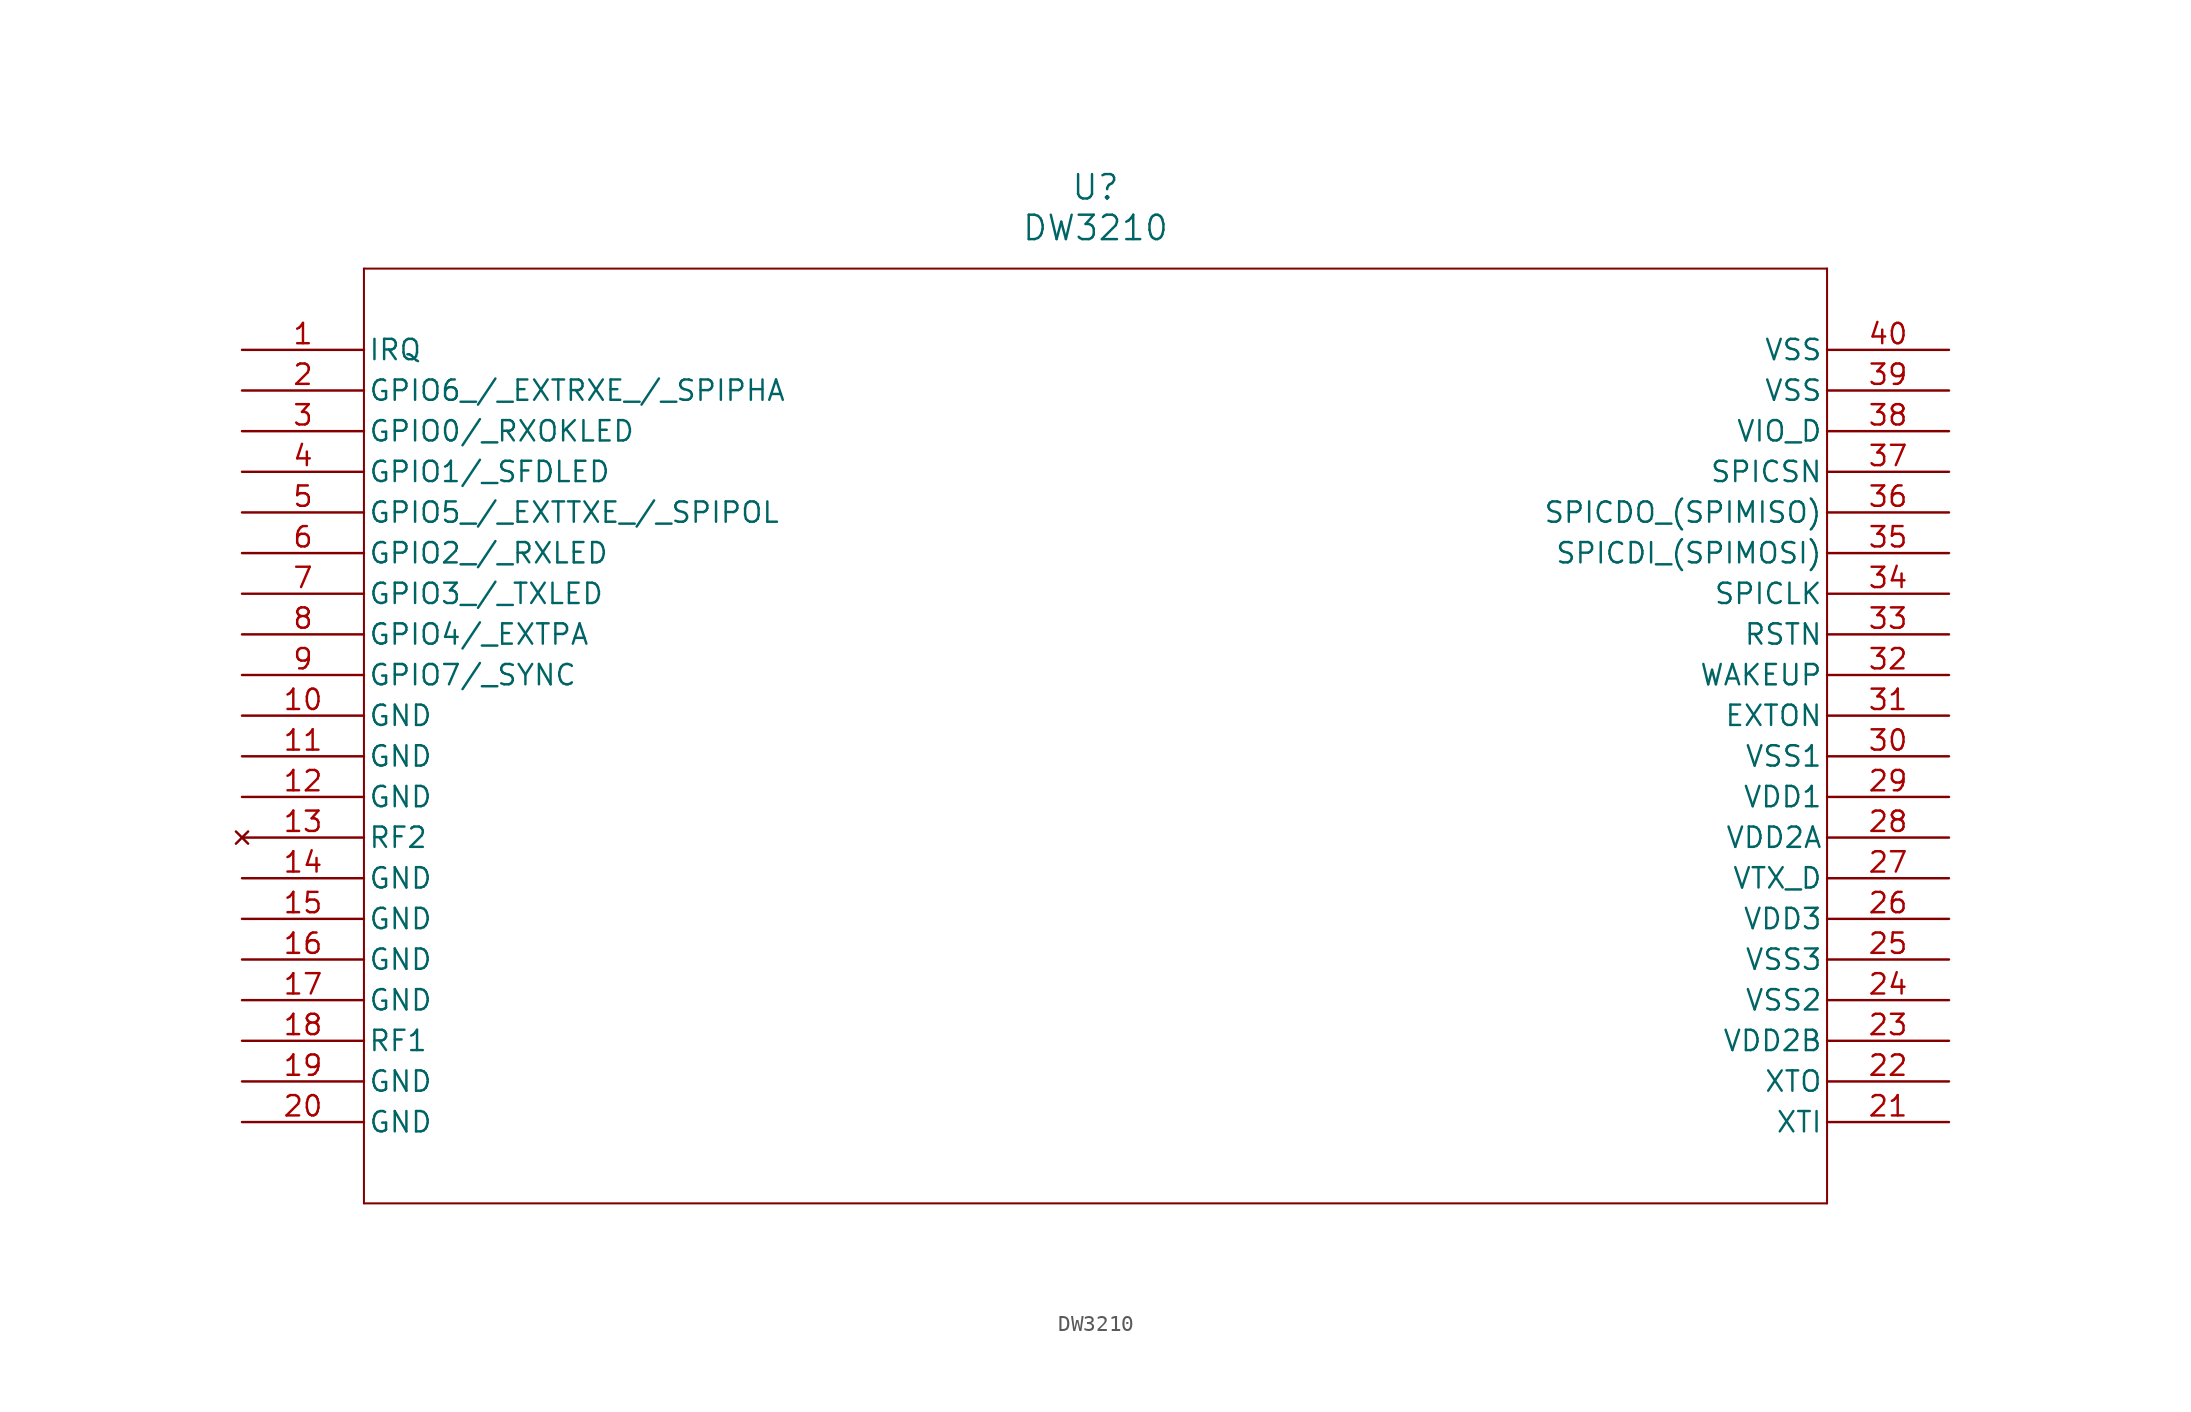
<source format=kicad_sym>
(kicad_symbol_lib
  (version 20241209)
  (generator "kicad_symbol_editor")
  (generator_version "9.0")
  (symbol "DW3210"
    (pin_names
      (offset 0.254))
    (property "Reference" "U"
      (at 53.34 10.16 0)
      (effects (font (size 1.524 1.524))))
    (property "Value" "DW3210"
      (at 53.34 7.62 0)
      (effects (font (size 1.524 1.524))))
    (symbol "DW3210_0_1"
      (polyline (pts (xy 7.62 5.08) (xy 7.62 -53.34)) (stroke (width 0.127) (type default)) (fill (type none)))
      (polyline (pts (xy 7.62 -53.34) (xy 99.06 -53.34)) (stroke (width 0.127) (type default)) (fill (type none)))
      (polyline (pts (xy 99.06 5.08) (xy 7.62 5.08)) (stroke (width 0.127) (type default)) (fill (type none)))
      (polyline (pts (xy 99.06 -53.34) (xy 99.06 5.08)) (stroke (width 0.127) (type default)) (fill (type none)))
      (pin bidirectional line (at 0 0 0) (length 7.62) (name "IRQ" (effects (font (size 1.27 1.27)))) (number "1" (effects (font (size 1.27 1.27)))))
      (pin bidirectional line (at 0 -2.54 0) (length 7.62) (name "GPIO6_/_EXTRXE_/_SPIPHA" (effects (font (size 1.27 1.27)))) (number "2" (effects (font (size 1.27 1.27)))))
      (pin bidirectional line (at 0 -5.08 0) (length 7.62) (name "GPIO0/_RXOKLED" (effects (font (size 1.27 1.27)))) (number "3" (effects (font (size 1.27 1.27)))))
      (pin bidirectional line (at 0 -7.62 0) (length 7.62) (name "GPIO1/_SFDLED" (effects (font (size 1.27 1.27)))) (number "4" (effects (font (size 1.27 1.27)))))
      (pin bidirectional line (at 0 -10.16 0) (length 7.62) (name "GPIO5_/_EXTTXE_/_SPIPOL" (effects (font (size 1.27 1.27)))) (number "5" (effects (font (size 1.27 1.27)))))
      (pin bidirectional line (at 0 -12.7 0) (length 7.62) (name "GPIO2_/_RXLED" (effects (font (size 1.27 1.27)))) (number "6" (effects (font (size 1.27 1.27)))))
      (pin bidirectional line (at 0 -15.24 0) (length 7.62) (name "GPIO3_/_TXLED" (effects (font (size 1.27 1.27)))) (number "7" (effects (font (size 1.27 1.27)))))
      (pin bidirectional line (at 0 -17.78 0) (length 7.62) (name "GPIO4/_EXTPA" (effects (font (size 1.27 1.27)))) (number "8" (effects (font (size 1.27 1.27)))))
      (pin bidirectional line (at 0 -20.32 0) (length 7.62) (name "GPIO7/_SYNC" (effects (font (size 1.27 1.27)))) (number "9" (effects (font (size 1.27 1.27)))))
      (pin power_out line (at 0 -22.86 0) (length 7.62) (name "GND" (effects (font (size 1.27 1.27)))) (number "10" (effects (font (size 1.27 1.27)))))
      (pin power_out line (at 0 -25.4 0) (length 7.62) (name "GND" (effects (font (size 1.27 1.27)))) (number "11" (effects (font (size 1.27 1.27)))))
      (pin power_out line (at 0 -27.94 0) (length 7.62) (name "GND" (effects (font (size 1.27 1.27)))) (number "12" (effects (font (size 1.27 1.27)))))
      (pin power_out line (at 0 -33.02 0) (length 7.62) (name "GND" (effects (font (size 1.27 1.27)))) (number "14" (effects (font (size 1.27 1.27)))))
      (pin power_out line (at 0 -35.56 0) (length 7.62) (name "GND" (effects (font (size 1.27 1.27)))) (number "15" (effects (font (size 1.27 1.27)))))
      (pin power_out line (at 0 -38.1 0) (length 7.62) (name "GND" (effects (font (size 1.27 1.27)))) (number "16" (effects (font (size 1.27 1.27)))))
      (pin power_out line (at 0 -40.64 0) (length 7.62) (name "GND" (effects (font (size 1.27 1.27)))) (number "17" (effects (font (size 1.27 1.27)))))
      (pin bidirectional line (at 0 -43.18 0) (length 7.62) (name "RF1" (effects (font (size 1.27 1.27)))) (number "18" (effects (font (size 1.27 1.27)))))
      (pin power_out line (at 0 -45.72 0) (length 7.62) (name "GND" (effects (font (size 1.27 1.27)))) (number "19" (effects (font (size 1.27 1.27)))))
      (pin power_out line (at 0 -48.26 0) (length 7.62) (name "GND" (effects (font (size 1.27 1.27)))) (number "20" (effects (font (size 1.27 1.27)))))
      (pin power_out line (at 106.68 0 180) (length 7.62) (name "VSS" (effects (font (size 1.27 1.27)))) (number "40" (effects (font (size 1.27 1.27)))))
      (pin power_out line (at 106.68 -2.54 180) (length 7.62) (name "VSS" (effects (font (size 1.27 1.27)))) (number "39" (effects (font (size 1.27 1.27)))))
      (pin power_in line (at 106.68 -5.08 180) (length 7.62) (name "VIO_D" (effects (font (size 1.27 1.27)))) (number "38" (effects (font (size 1.27 1.27)))))
      (pin input line (at 106.68 -7.62 180) (length 7.62) (name "SPICSN" (effects (font (size 1.27 1.27)))) (number "37" (effects (font (size 1.27 1.27)))))
      (pin output line (at 106.68 -10.16 180) (length 7.62) (name "SPICDO_(SPIMISO)" (effects (font (size 1.27 1.27)))) (number "36" (effects (font (size 1.27 1.27)))))
      (pin input line (at 106.68 -12.7 180) (length 7.62) (name "SPICDI_(SPIMOSI)" (effects (font (size 1.27 1.27)))) (number "35" (effects (font (size 1.27 1.27)))))
      (pin input line (at 106.68 -15.24 180) (length 7.62) (name "SPICLK" (effects (font (size 1.27 1.27)))) (number "34" (effects (font (size 1.27 1.27)))))
      (pin bidirectional line (at 106.68 -17.78 180) (length 7.62) (name "RSTN" (effects (font (size 1.27 1.27)))) (number "33" (effects (font (size 1.27 1.27)))))
      (pin input line (at 106.68 -20.32 180) (length 7.62) (name "WAKEUP" (effects (font (size 1.27 1.27)))) (number "32" (effects (font (size 1.27 1.27)))))
      (pin output line (at 106.68 -22.86 180) (length 7.62) (name "EXTON" (effects (font (size 1.27 1.27)))) (number "31" (effects (font (size 1.27 1.27)))))
      (pin power_out line (at 106.68 -25.4 180) (length 7.62) (name "VSS1" (effects (font (size 1.27 1.27)))) (number "30" (effects (font (size 1.27 1.27)))))
      (pin power_in line (at 106.68 -27.94 180) (length 7.62) (name "VDD1" (effects (font (size 1.27 1.27)))) (number "29" (effects (font (size 1.27 1.27)))))
      (pin power_in line (at 106.68 -30.48 180) (length 7.62) (name "VDD2A" (effects (font (size 1.27 1.27)))) (number "28" (effects (font (size 1.27 1.27)))))
      (pin power_in line (at 106.68 -33.02 180) (length 7.62) (name "VTX_D" (effects (font (size 1.27 1.27)))) (number "27" (effects (font (size 1.27 1.27)))))
      (pin power_in line (at 106.68 -35.56 180) (length 7.62) (name "VDD3" (effects (font (size 1.27 1.27)))) (number "26" (effects (font (size 1.27 1.27)))))
      (pin power_out line (at 106.68 -38.1 180) (length 7.62) (name "VSS3" (effects (font (size 1.27 1.27)))) (number "25" (effects (font (size 1.27 1.27)))))
      (pin power_out line (at 106.68 -40.64 180) (length 7.62) (name "VSS2" (effects (font (size 1.27 1.27)))) (number "24" (effects (font (size 1.27 1.27)))))
      (pin power_in line (at 106.68 -43.18 180) (length 7.62) (name "VDD2B" (effects (font (size 1.27 1.27)))) (number "23" (effects (font (size 1.27 1.27)))))
      (pin input line (at 106.68 -45.72 180) (length 7.62) (name "XTO" (effects (font (size 1.27 1.27)))) (number "22" (effects (font (size 1.27 1.27)))))
      (pin input line (at 106.68 -48.26 180) (length 7.62) (name "XTI" (effects (font (size 1.27 1.27)))) (number "21" (effects (font (size 1.27 1.27))))))
    (symbol "DW3210_1_1"
      (pin no_connect line (at 0 -30.48 0) (length 7.62) (name "RF2" (effects (font (size 1.27 1.27)))) (number "13" (effects (font (size 1.27 1.27))))))))
</source>
